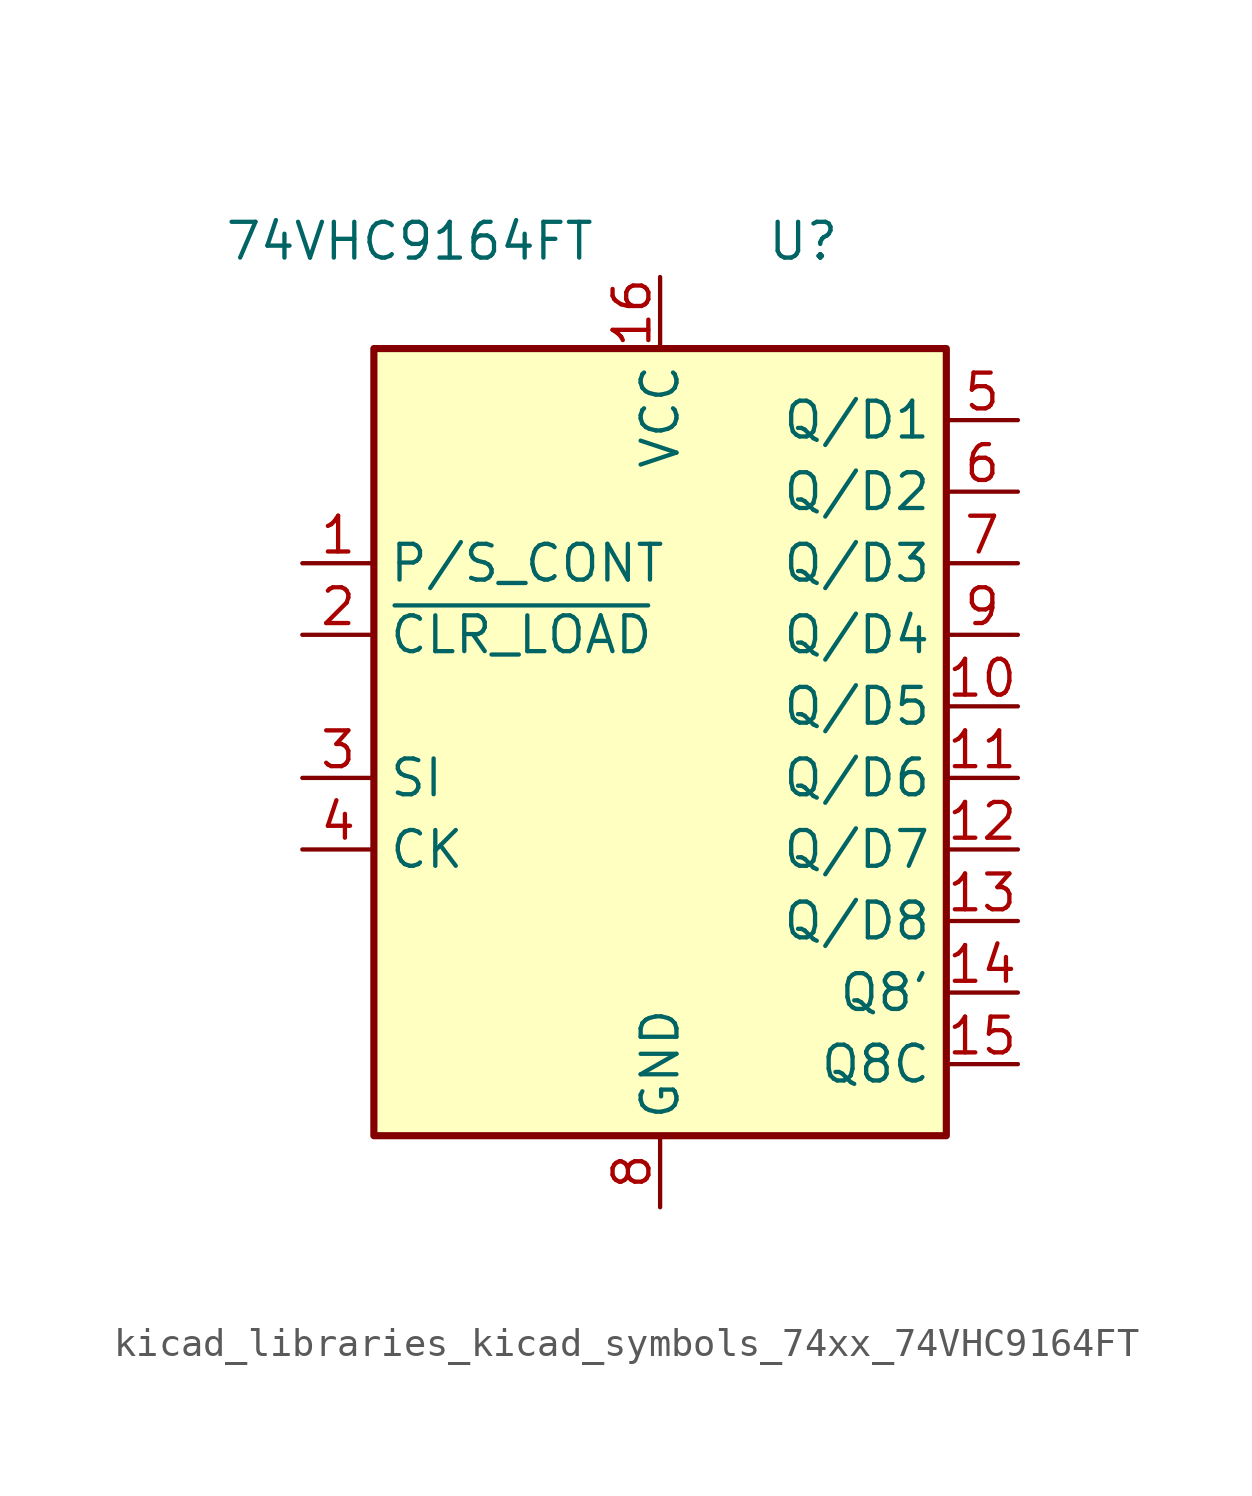
<source format=kicad_sym>
(kicad_symbol_lib
  (version 20220914)
  (generator kicad_symbol_editor)
  (symbol "kicad_libraries_kicad_symbols_74xx_74VHC9164FT"
    (property "Reference" "U"
      (at 5.08 16.51 0)
      (effects (font (size 1.27 1.27))))
    (property "Value" "74VHC9164FT"
      (at -8.89 16.51 0)
      (effects (font (size 1.27 1.27))))
    (symbol "kicad_libraries_kicad_symbols_74xx_74VHC9164FT_1_1"
      (rectangle (start -10.16 12.7) (end 10.16 -15.24) (stroke (width 0.254) (type default)) (fill (type background)))
      (pin input line (at -12.7 5.08 0) (length 2.54) (name "P/S_CONT" (effects (font (size 1.27 1.27)))) (number "1" (effects (font (size 1.27 1.27)))))
      (pin bidirectional line (at 12.7 0 180) (length 2.54) (name "Q/D5" (effects (font (size 1.27 1.27)))) (number "10" (effects (font (size 1.27 1.27)))))
      (pin bidirectional line (at 12.7 -2.54 180) (length 2.54) (name "Q/D6" (effects (font (size 1.27 1.27)))) (number "11" (effects (font (size 1.27 1.27)))))
      (pin bidirectional line (at 12.7 -5.08 180) (length 2.54) (name "Q/D7" (effects (font (size 1.27 1.27)))) (number "12" (effects (font (size 1.27 1.27)))))
      (pin bidirectional line (at 12.7 -7.62 180) (length 2.54) (name "Q/D8" (effects (font (size 1.27 1.27)))) (number "13" (effects (font (size 1.27 1.27)))))
      (pin output line (at 12.7 -10.16 180) (length 2.54) (name "Q8'" (effects (font (size 1.27 1.27)))) (number "14" (effects (font (size 1.27 1.27)))))
      (pin output line (at 12.7 -12.7 180) (length 2.54) (name "Q8C" (effects (font (size 1.27 1.27)))) (number "15" (effects (font (size 1.27 1.27)))))
      (pin power_in line (at 0 15.24 270) (length 2.54) (name "VCC" (effects (font (size 1.27 1.27)))) (number "16" (effects (font (size 1.27 1.27)))))
      (pin input line (at -12.7 2.54 0) (length 2.54) (name "~{CLR_LOAD}" (effects (font (size 1.27 1.27)))) (number "2" (effects (font (size 1.27 1.27)))))
      (pin input line (at -12.7 -2.54 0) (length 2.54) (name "SI" (effects (font (size 1.27 1.27)))) (number "3" (effects (font (size 1.27 1.27)))))
      (pin input line (at -12.7 -5.08 0) (length 2.54) (name "CK" (effects (font (size 1.27 1.27)))) (number "4" (effects (font (size 1.27 1.27)))))
      (pin bidirectional line (at 12.7 10.16 180) (length 2.54) (name "Q/D1" (effects (font (size 1.27 1.27)))) (number "5" (effects (font (size 1.27 1.27)))))
      (pin bidirectional line (at 12.7 7.62 180) (length 2.54) (name "Q/D2" (effects (font (size 1.27 1.27)))) (number "6" (effects (font (size 1.27 1.27)))))
      (pin bidirectional line (at 12.7 5.08 180) (length 2.54) (name "Q/D3" (effects (font (size 1.27 1.27)))) (number "7" (effects (font (size 1.27 1.27)))))
      (pin power_in line (at 0 -17.78 90) (length 2.54) (name "GND" (effects (font (size 1.27 1.27)))) (number "8" (effects (font (size 1.27 1.27)))))
      (pin bidirectional line (at 12.7 2.54 180) (length 2.54) (name "Q/D4" (effects (font (size 1.27 1.27)))) (number "9" (effects (font (size 1.27 1.27))))))))
</source>
